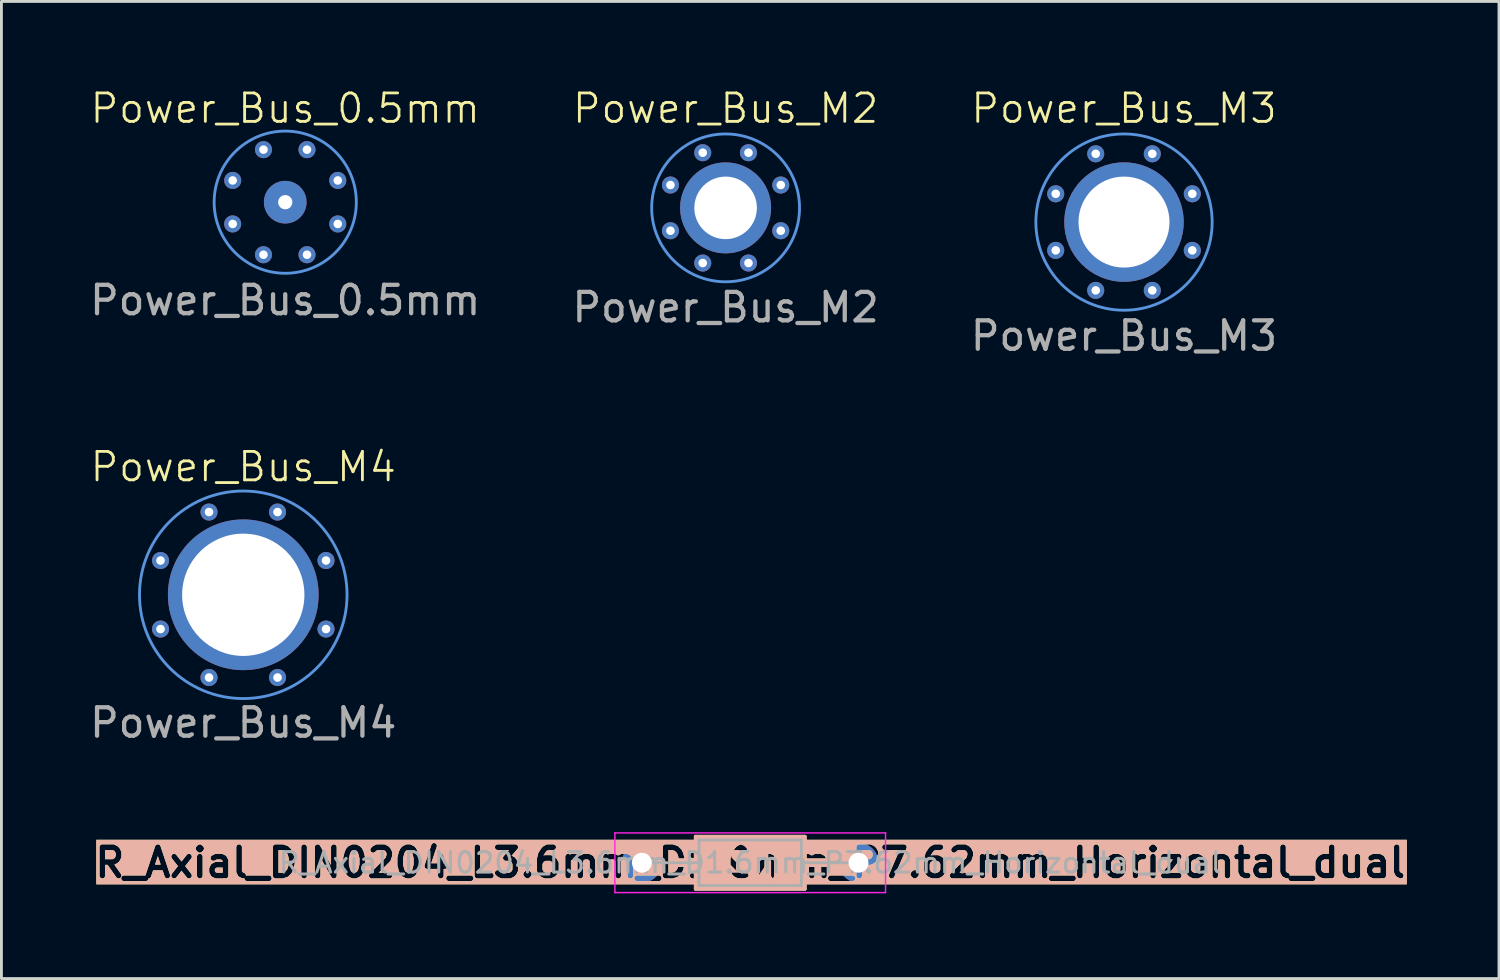
<source format=kicad_pcb>
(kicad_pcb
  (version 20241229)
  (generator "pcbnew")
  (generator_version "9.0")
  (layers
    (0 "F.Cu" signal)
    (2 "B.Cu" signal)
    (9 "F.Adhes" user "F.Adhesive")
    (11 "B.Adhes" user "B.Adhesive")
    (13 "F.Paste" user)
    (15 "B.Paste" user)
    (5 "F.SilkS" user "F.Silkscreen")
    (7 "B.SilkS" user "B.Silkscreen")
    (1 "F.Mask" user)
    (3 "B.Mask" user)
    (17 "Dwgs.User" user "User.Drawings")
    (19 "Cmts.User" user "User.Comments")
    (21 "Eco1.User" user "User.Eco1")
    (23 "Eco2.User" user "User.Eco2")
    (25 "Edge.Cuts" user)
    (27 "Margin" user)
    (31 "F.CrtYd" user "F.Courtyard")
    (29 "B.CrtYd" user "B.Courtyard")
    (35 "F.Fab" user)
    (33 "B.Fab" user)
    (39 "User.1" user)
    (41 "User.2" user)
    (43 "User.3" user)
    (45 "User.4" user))
  (footprint "Power_Bus_M4"
    (layer "F.Cu")
    (at 5.506 17.869)
    (property "Reference" "Power_Bus_M4" (at 0 -4.5 0) (unlocked yes) (layer "F.SilkS") (effects (font (size 1 1) (thickness 0.1))))
    (attr smd)
    (fp_circle (center 0 0) (end 3.65 0) (stroke (width 0.1) (type solid)) (fill no) (layer "Cmts.User"))
    (fp_text user "${REFERENCE}" (at 0 4.5 0) (unlocked yes) (layer "F.Fab") (effects (font (size 1 1) (thickness 0.15))))
    (pad "1" thru_hole circle (at 0 0) (size 5.3 5.3) (drill 4.3) (layers "*.Cu" "*.Mask"))
    (pad "2" thru_hole circle (at -2.91 1.205 180) (size 0.6 0.6) (drill 0.3) (layers "*.Cu" "*.Mask"))
    (pad "2" thru_hole circle (at -2.91 -1.205 180) (size 0.6 0.6) (drill 0.3) (layers "*.Cu" "*.Mask"))
    (pad "2" thru_hole circle (at -1.205 -2.91 180) (size 0.6 0.6) (drill 0.3) (layers "*.Cu" "*.Mask"))
    (pad "2" thru_hole circle (at -1.205 2.91 180) (size 0.6 0.6) (drill 0.3) (layers "*.Cu" "*.Mask"))
    (pad "2" thru_hole circle (at 1.205 -2.91 180) (size 0.6 0.6) (drill 0.3) (layers "*.Cu" "*.Mask"))
    (pad "2" thru_hole circle (at 1.205 2.91 180) (size 0.6 0.6) (drill 0.3) (layers "*.Cu" "*.Mask"))
    (pad "2" thru_hole circle (at 2.91 1.205 180) (size 0.6 0.6) (drill 0.3) (layers "*.Cu" "*.Mask"))
    (pad "2" thru_hole circle (at 2.91 -1.205 180) (size 0.6 0.6) (drill 0.3) (layers "*.Cu" "*.Mask")))
  (footprint "Power_Bus_0.5mm"
    (layer "F.Cu")
    (at 6.982 4.061)
    (property "Reference" "Power_Bus_0.5mm" (at 0 -3.3 0) (unlocked yes) (layer "F.SilkS") (effects (font (size 1 1) (thickness 0.1))))
    (attr smd)
    (fp_circle (center 0 0) (end 2.31 -0.957) (stroke (width 0.1) (type solid)) (fill no) (layer "Cmts.User"))
    (fp_text user "${REFERENCE}" (at 0 3.45 0) (unlocked yes) (layer "F.Fab") (effects (font (size 1 1) (thickness 0.15))))
    (pad "1" thru_hole circle (at 0 0 112.5) (size 1.5 1.5) (drill 0.5) (layers "*.Cu"))
    (pad "2" thru_hole circle (at -1.848 -0.765 270) (size 0.6 0.6) (drill 0.3) (layers "*.Cu"))
    (pad "2" thru_hole circle (at -1.848 0.765 270) (size 0.6 0.6) (drill 0.3) (layers "*.Cu"))
    (pad "2" thru_hole circle (at -0.765 -1.848 270) (size 0.6 0.6) (drill 0.3) (layers "*.Cu"))
    (pad "2" thru_hole circle (at -0.765 1.848 270) (size 0.6 0.6) (drill 0.3) (layers "*.Cu"))
    (pad "2" thru_hole circle (at 0.765 -1.848 270) (size 0.6 0.6) (drill 0.3) (layers "*.Cu"))
    (pad "2" thru_hole circle (at 0.765 1.848 270) (size 0.6 0.6) (drill 0.3) (layers "*.Cu"))
    (pad "2" thru_hole circle (at 1.848 -0.765 270) (size 0.6 0.6) (drill 0.3) (layers "*.Cu"))
    (pad "2" thru_hole circle (at 1.848 0.765 270) (size 0.6 0.6) (drill 0.3) (layers "*.Cu")))
  (footprint "R_Axial_DIN0204_L3.6mm_D1.6mm_P7.62mm_Horizontal_dual"
    (layer "F.Cu")
    (at 19.525 27.293)
    (property "Reference" "R_Axial_DIN0204_L3.6mm_D1.6mm_P7.62mm_Horizontal_dual" (at 3.81 0 0) (layer "F.SilkS" knockout) (effects (font (size 1 1) (thickness 0.2))))
    (property "Text" "${REFERENCE}" (at 3.81 0 0) (layer "B.SilkS" knockout) (effects (font (size 1 1) (thickness 0.2) (bold yes))))
    (attr through_hole)
    (fp_line (start 1.14 0) (end 2.09 0) (stroke (width 0.3) (type solid)) (layer "F.SilkS"))
    (fp_line (start 1.89 -0.92) (end 1.89 0.92) (stroke (width 0.12) (type solid)) (layer "F.SilkS"))
    (fp_line (start 1.89 0.92) (end 5.73 0.92) (stroke (width 0.12) (type solid)) (layer "F.SilkS"))
    (fp_line (start 5.64 0.71) (end 1.9 0.71) (stroke (width 0.12) (type solid)) (layer "F.SilkS"))
    (fp_line (start 5.72 0.82) (end 1.91 0.82) (stroke (width 0.12) (type solid)) (layer "F.SilkS"))
    (fp_line (start 5.73 -0.92) (end 1.89 -0.92) (stroke (width 0.12) (type solid)) (layer "F.SilkS"))
    (fp_line (start 5.73 -0.81) (end 1.89 -0.81) (stroke (width 0.12) (type solid)) (layer "F.SilkS"))
    (fp_line (start 5.73 0.92) (end 5.73 -0.92) (stroke (width 0.12) (type solid)) (layer "F.SilkS"))
    (fp_line (start 6.48 0) (end 5.53 0) (stroke (width 0.3) (type solid)) (layer "F.SilkS"))
    (fp_poly (pts (xy 1.89 -0.81) (xy 2.89 -0.81) (xy 2.89 0.71) (xy 1.89 0.71)) (stroke (width 0.1) (type solid)) (fill yes) (layer "F.SilkS"))
    (fp_poly (pts (xy 5.73 -0.81) (xy 4.76 -0.81) (xy 4.76 0.7) (xy 5.73 0.71)) (stroke (width 0.1) (type solid)) (fill yes) (layer "F.SilkS"))
    (fp_line (start 1.14 0) (end 2.09 0) (stroke (width 0.3) (type solid)) (layer "B.SilkS"))
    (fp_line (start 1.89 -0.92) (end 5.73 -0.92) (stroke (width 0.12) (type solid)) (layer "B.SilkS"))
    (fp_line (start 1.89 0.92) (end 1.89 -0.92) (stroke (width 0.12) (type solid)) (layer "B.SilkS"))
    (fp_line (start 5.73 -0.92) (end 5.73 0.92) (stroke (width 0.12) (type solid)) (layer "B.SilkS"))
    (fp_line (start 5.73 0.92) (end 1.89 0.92) (stroke (width 0.12) (type solid)) (layer "B.SilkS"))
    (fp_line (start 6.48 0) (end 5.53 0) (stroke (width 0.3) (type solid)) (layer "B.SilkS"))
    (fp_rect (start 1.89 0.69) (end 5.73 0.92) (stroke (width 0.1) (type solid)) (fill yes) (layer "B.SilkS"))
    (fp_poly (pts (xy 1.89 -0.92) (xy 5.73 -0.92) (xy 5.73 -0.73) (xy 1.89 -0.73)) (stroke (width 0.1) (type solid)) (fill yes) (layer "B.SilkS"))
    (fp_poly (pts (xy 2.83 -0.739) (xy 2.83 0.68) (xy 1.89 0.68) (xy 1.89 -0.73)) (stroke (width 0.1) (type solid)) (fill yes) (layer "B.SilkS"))
    (fp_poly (pts (xy 5.73 -0.73) (xy 5.73 0.69) (xy 4.72 0.69) (xy 4.72 -0.72)) (stroke (width 0.1) (type solid)) (fill yes) (layer "B.SilkS"))
    (fp_line (start -0.95 -1.05) (end -0.95 1.05) (stroke (width 0.05) (type solid)) (layer "F.CrtYd"))
    (fp_line (start -0.95 1.05) (end 8.57 1.05) (stroke (width 0.05) (type solid)) (layer "F.CrtYd"))
    (fp_line (start 8.57 -1.05) (end -0.95 -1.05) (stroke (width 0.05) (type solid)) (layer "F.CrtYd"))
    (fp_line (start 8.57 1.05) (end 8.57 -1.05) (stroke (width 0.05) (type solid)) (layer "F.CrtYd"))
    (fp_line (start 0 0) (end 2.01 0) (stroke (width 0.1) (type solid)) (layer "F.Fab"))
    (fp_line (start 2.01 -0.8) (end 2.01 0.8) (stroke (width 0.1) (type solid)) (layer "F.Fab"))
    (fp_line (start 2.01 0.8) (end 5.61 0.8) (stroke (width 0.1) (type solid)) (layer "F.Fab"))
    (fp_line (start 5.61 -0.8) (end 2.01 -0.8) (stroke (width 0.1) (type solid)) (layer "F.Fab"))
    (fp_line (start 5.61 0.8) (end 5.61 -0.8) (stroke (width 0.1) (type solid)) (layer "F.Fab"))
    (fp_line (start 7.62 0) (end 5.61 0) (stroke (width 0.1) (type solid)) (layer "F.Fab"))
    (fp_text user "R2" (at 3.81 0 0) (layer "B.SilkS" knockout) (effects (font (size 1 1) (thickness 0.2) (bold yes)) (justify mirror)))
    (fp_text user "${REFERENCE}" (at 3.81 0 0) (layer "F.Fab") (effects (font (size 0.72 0.72) (thickness 0.108))))
    (pad "1" thru_hole circle (at 0 0) (size 1.4 1.4) (drill 0.7) (layers "*.Cu" "*.Mask"))
    (pad "2" thru_hole oval (at 7.62 0) (size 1.4 1.4) (drill 0.7) (layers "*.Cu" "*.Mask")))
  (footprint "Power_Bus_M3"
    (layer "F.Cu")
    (at 36.482 4.761)
    (property "Reference" "Power_Bus_M3" (at 0 -4 0) (unlocked yes) (layer "F.SilkS") (effects (font (size 1 1) (thickness 0.1))))
    (attr smd)
    (fp_circle (center 0 0) (end 3.1 0) (stroke (width 0.1) (type solid)) (fill no) (layer "Cmts.User"))
    (fp_text user "${REFERENCE}" (at 0 4 0) (unlocked yes) (layer "F.Fab") (effects (font (size 1 1) (thickness 0.15))))
    (pad "1" thru_hole circle (at 0 0) (size 4.2 4.2) (drill 3.2) (layers "*.Cu" "*.Mask"))
    (pad "2" thru_hole circle (at -2.402 -0.995 135) (size 0.6 0.6) (drill 0.3) (layers "*.Cu" "*.Mask"))
    (pad "2" thru_hole circle (at -2.402 0.995 135) (size 0.6 0.6) (drill 0.3) (layers "*.Cu" "*.Mask"))
    (pad "2" thru_hole circle (at -0.995 -2.402 135) (size 0.6 0.6) (drill 0.3) (layers "*.Cu" "*.Mask"))
    (pad "2" thru_hole circle (at -0.995 2.402 135) (size 0.6 0.6) (drill 0.3) (layers "*.Cu" "*.Mask"))
    (pad "2" thru_hole circle (at 0.995 -2.402 135) (size 0.6 0.6) (drill 0.3) (layers "*.Cu" "*.Mask"))
    (pad "2" thru_hole circle (at 0.995 2.402 135) (size 0.6 0.6) (drill 0.3) (layers "*.Cu" "*.Mask"))
    (pad "2" thru_hole circle (at 2.402 -0.995 135) (size 0.6 0.6) (drill 0.3) (layers "*.Cu" "*.Mask"))
    (pad "2" thru_hole circle (at 2.402 0.995 135) (size 0.6 0.6) (drill 0.3) (layers "*.Cu" "*.Mask")))
  (footprint "Power_Bus_M2"
    (layer "F.Cu")
    (at 22.47 4.261)
    (property "Reference" "Power_Bus_M2" (at 0 -3.5 0) (unlocked yes) (layer "F.SilkS") (effects (font (size 1 1) (thickness 0.1))))
    (attr smd)
    (fp_circle (center 0 0) (end 2.6 0) (stroke (width 0.1) (type solid)) (fill no) (layer "Cmts.User"))
    (fp_text user "${REFERENCE}" (at 0 3.5 0) (unlocked yes) (layer "F.Fab") (effects (font (size 1 1) (thickness 0.15))))
    (pad "1" thru_hole circle (at 0 0) (size 3.2 3.2) (drill 2.2) (layers "*.Cu" "*.Mask"))
    (pad "2" thru_hole circle (at -1.94 -0.804 45) (size 0.6 0.6) (drill 0.3) (layers "*.Cu" "*.Mask"))
    (pad "2" thru_hole circle (at -1.94 0.804 45) (size 0.6 0.6) (drill 0.3) (layers "*.Cu" "*.Mask"))
    (pad "2" thru_hole circle (at -0.804 -1.94 45) (size 0.6 0.6) (drill 0.3) (layers "*.Cu" "*.Mask"))
    (pad "2" thru_hole circle (at -0.804 1.94 45) (size 0.6 0.6) (drill 0.3) (layers "*.Cu" "*.Mask"))
    (pad "2" thru_hole circle (at 0.804 -1.94 45) (size 0.6 0.6) (drill 0.3) (layers "*.Cu" "*.Mask"))
    (pad "2" thru_hole circle (at 0.804 1.94 45) (size 0.6 0.6) (drill 0.3) (layers "*.Cu" "*.Mask"))
    (pad "2" thru_hole circle (at 1.94 -0.804 45) (size 0.6 0.6) (drill 0.3) (layers "*.Cu" "*.Mask"))
    (pad "2" thru_hole circle (at 1.94 0.804 45) (size 0.6 0.6) (drill 0.3) (layers "*.Cu" "*.Mask")))
  (gr_rect
    (start -3 -3)
    (end 49.67 31.367)
    (stroke (width 0.1) (type default))
    (fill no)
    (layer "Edge.Cuts")))
</source>
